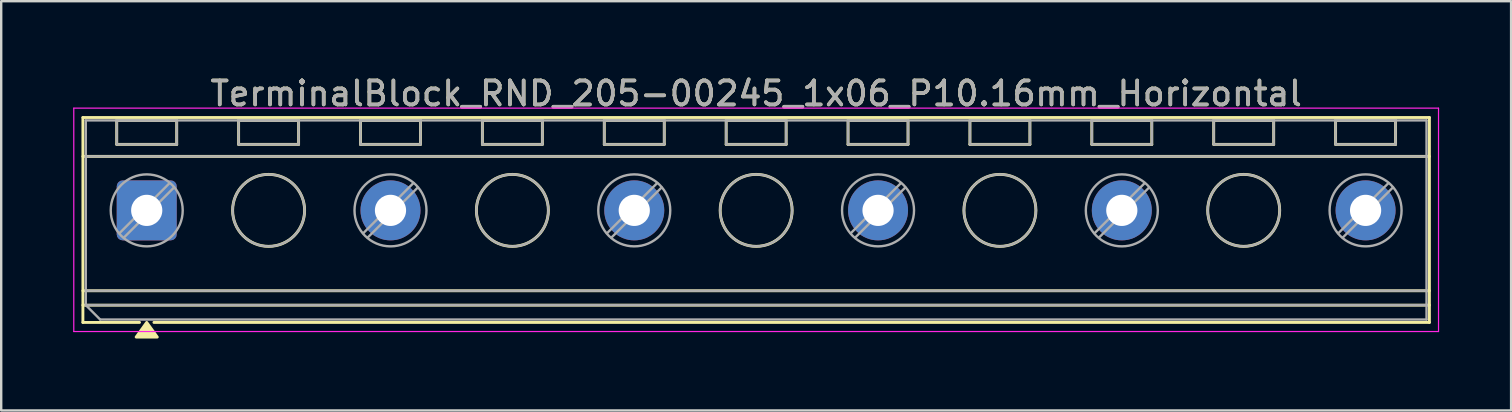
<source format=kicad_pcb>
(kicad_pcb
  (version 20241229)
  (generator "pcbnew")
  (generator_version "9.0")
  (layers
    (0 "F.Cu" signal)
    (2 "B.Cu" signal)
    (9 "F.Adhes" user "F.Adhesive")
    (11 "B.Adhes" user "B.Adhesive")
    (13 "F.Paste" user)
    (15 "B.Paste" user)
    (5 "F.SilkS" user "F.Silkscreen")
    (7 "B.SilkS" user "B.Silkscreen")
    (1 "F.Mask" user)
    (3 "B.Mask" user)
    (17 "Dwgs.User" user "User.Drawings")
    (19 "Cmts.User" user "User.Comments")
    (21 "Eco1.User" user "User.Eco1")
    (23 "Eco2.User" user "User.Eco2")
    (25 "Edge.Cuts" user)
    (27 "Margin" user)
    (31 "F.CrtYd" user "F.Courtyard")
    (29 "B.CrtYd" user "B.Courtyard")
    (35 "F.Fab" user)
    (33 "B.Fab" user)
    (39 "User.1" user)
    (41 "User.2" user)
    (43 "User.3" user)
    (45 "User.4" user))
  (footprint "TerminalBlock_RND_205-00245_1x06_P10.16mm_Horizontal"
    (layer "F.Cu")
    (at 3.065 5.718)
    (property "Reference" "TerminalBlock_RND_205-00245_1x06_P10.16mm_Horizontal" (at 25.4 -4.87 0) (layer "F.SilkS") (effects (font (size 1 1) (thickness 0.15))))
    (attr through_hole)
    (fp_line (start -2.66 -3.87) (end -2.66 4.67) (stroke (width 0.12) (type solid)) (layer "F.SilkS"))
    (fp_line (start -2.66 -3.87) (end 53.46 -3.87) (stroke (width 0.12) (type solid)) (layer "F.SilkS"))
    (fp_line (start -2.66 -2.25) (end 53.46 -2.25) (stroke (width 0.12) (type solid)) (layer "F.SilkS"))
    (fp_line (start -2.66 3.35) (end 53.46 3.35) (stroke (width 0.12) (type solid)) (layer "F.SilkS"))
    (fp_line (start -2.66 3.95) (end 53.46 3.95) (stroke (width 0.12) (type solid)) (layer "F.SilkS"))
    (fp_line (start -2.66 4.67) (end -0.3 4.67) (stroke (width 0.12) (type solid)) (layer "F.SilkS"))
    (fp_line (start -1.25 -3.75) (end -1.25 -2.75) (stroke (width 0.12) (type solid)) (layer "F.SilkS"))
    (fp_line (start -1.25 -3.75) (end 1.25 -3.75) (stroke (width 0.12) (type solid)) (layer "F.SilkS"))
    (fp_line (start -1.25 -2.75) (end 1.25 -2.75) (stroke (width 0.12) (type solid)) (layer "F.SilkS"))
    (fp_line (start 0.3 4.67) (end 53.46 4.67) (stroke (width 0.12) (type solid)) (layer "F.SilkS"))
    (fp_line (start 1.25 -3.75) (end 1.25 -2.75) (stroke (width 0.12) (type solid)) (layer "F.SilkS"))
    (fp_line (start 3.83 -3.75) (end 3.83 -2.75) (stroke (width 0.12) (type solid)) (layer "F.SilkS"))
    (fp_line (start 3.83 -3.75) (end 6.33 -3.75) (stroke (width 0.12) (type solid)) (layer "F.SilkS"))
    (fp_line (start 3.83 -2.75) (end 6.33 -2.75) (stroke (width 0.12) (type solid)) (layer "F.SilkS"))
    (fp_line (start 6.33 -3.75) (end 6.33 -2.75) (stroke (width 0.12) (type solid)) (layer "F.SilkS"))
    (fp_line (start 8.91 -3.75) (end 8.91 -2.75) (stroke (width 0.12) (type solid)) (layer "F.SilkS"))
    (fp_line (start 8.91 -3.75) (end 11.41 -3.75) (stroke (width 0.12) (type solid)) (layer "F.SilkS"))
    (fp_line (start 8.91 -2.75) (end 11.41 -2.75) (stroke (width 0.12) (type solid)) (layer "F.SilkS"))
    (fp_line (start 11.41 -3.75) (end 11.41 -2.75) (stroke (width 0.12) (type solid)) (layer "F.SilkS"))
    (fp_line (start 13.99 -3.75) (end 13.99 -2.75) (stroke (width 0.12) (type solid)) (layer "F.SilkS"))
    (fp_line (start 13.99 -3.75) (end 16.49 -3.75) (stroke (width 0.12) (type solid)) (layer "F.SilkS"))
    (fp_line (start 13.99 -2.75) (end 16.49 -2.75) (stroke (width 0.12) (type solid)) (layer "F.SilkS"))
    (fp_line (start 16.49 -3.75) (end 16.49 -2.75) (stroke (width 0.12) (type solid)) (layer "F.SilkS"))
    (fp_line (start 19.07 -3.75) (end 19.07 -2.75) (stroke (width 0.12) (type solid)) (layer "F.SilkS"))
    (fp_line (start 19.07 -3.75) (end 21.57 -3.75) (stroke (width 0.12) (type solid)) (layer "F.SilkS"))
    (fp_line (start 19.07 -2.75) (end 21.57 -2.75) (stroke (width 0.12) (type solid)) (layer "F.SilkS"))
    (fp_line (start 21.57 -3.75) (end 21.57 -2.75) (stroke (width 0.12) (type solid)) (layer "F.SilkS"))
    (fp_line (start 24.15 -3.75) (end 24.15 -2.75) (stroke (width 0.12) (type solid)) (layer "F.SilkS"))
    (fp_line (start 24.15 -3.75) (end 26.65 -3.75) (stroke (width 0.12) (type solid)) (layer "F.SilkS"))
    (fp_line (start 24.15 -2.75) (end 26.65 -2.75) (stroke (width 0.12) (type solid)) (layer "F.SilkS"))
    (fp_line (start 26.65 -3.75) (end 26.65 -2.75) (stroke (width 0.12) (type solid)) (layer "F.SilkS"))
    (fp_line (start 29.23 -3.75) (end 29.23 -2.75) (stroke (width 0.12) (type solid)) (layer "F.SilkS"))
    (fp_line (start 29.23 -3.75) (end 31.73 -3.75) (stroke (width 0.12) (type solid)) (layer "F.SilkS"))
    (fp_line (start 29.23 -2.75) (end 31.73 -2.75) (stroke (width 0.12) (type solid)) (layer "F.SilkS"))
    (fp_line (start 31.73 -3.75) (end 31.73 -2.75) (stroke (width 0.12) (type solid)) (layer "F.SilkS"))
    (fp_line (start 34.31 -3.75) (end 34.31 -2.75) (stroke (width 0.12) (type solid)) (layer "F.SilkS"))
    (fp_line (start 34.31 -3.75) (end 36.81 -3.75) (stroke (width 0.12) (type solid)) (layer "F.SilkS"))
    (fp_line (start 34.31 -2.75) (end 36.81 -2.75) (stroke (width 0.12) (type solid)) (layer "F.SilkS"))
    (fp_line (start 36.81 -3.75) (end 36.81 -2.75) (stroke (width 0.12) (type solid)) (layer "F.SilkS"))
    (fp_line (start 39.39 -3.75) (end 39.39 -2.75) (stroke (width 0.12) (type solid)) (layer "F.SilkS"))
    (fp_line (start 39.39 -3.75) (end 41.89 -3.75) (stroke (width 0.12) (type solid)) (layer "F.SilkS"))
    (fp_line (start 39.39 -2.75) (end 41.89 -2.75) (stroke (width 0.12) (type solid)) (layer "F.SilkS"))
    (fp_line (start 41.89 -3.75) (end 41.89 -2.75) (stroke (width 0.12) (type solid)) (layer "F.SilkS"))
    (fp_line (start 44.47 -3.75) (end 44.47 -2.75) (stroke (width 0.12) (type solid)) (layer "F.SilkS"))
    (fp_line (start 44.47 -3.75) (end 46.97 -3.75) (stroke (width 0.12) (type solid)) (layer "F.SilkS"))
    (fp_line (start 44.47 -2.75) (end 46.97 -2.75) (stroke (width 0.12) (type solid)) (layer "F.SilkS"))
    (fp_line (start 46.97 -3.75) (end 46.97 -2.75) (stroke (width 0.12) (type solid)) (layer "F.SilkS"))
    (fp_line (start 49.55 -3.75) (end 49.55 -2.75) (stroke (width 0.12) (type solid)) (layer "F.SilkS"))
    (fp_line (start 49.55 -3.75) (end 52.05 -3.75) (stroke (width 0.12) (type solid)) (layer "F.SilkS"))
    (fp_line (start 49.55 -2.75) (end 52.05 -2.75) (stroke (width 0.12) (type solid)) (layer "F.SilkS"))
    (fp_line (start 52.05 -3.75) (end 52.05 -2.75) (stroke (width 0.12) (type solid)) (layer "F.SilkS"))
    (fp_line (start 53.46 -3.87) (end 53.46 4.67) (stroke (width 0.12) (type solid)) (layer "F.SilkS"))
    (fp_circle (center 5.08 0) (end 6.58 0) (stroke (width 0.12) (type solid)) (fill no) (layer "F.SilkS"))
    (fp_circle (center 15.24 0) (end 16.74 0) (stroke (width 0.12) (type solid)) (fill no) (layer "F.SilkS"))
    (fp_circle (center 25.4 0) (end 26.9 0) (stroke (width 0.12) (type solid)) (fill no) (layer "F.SilkS"))
    (fp_circle (center 35.56 0) (end 37.06 0) (stroke (width 0.12) (type solid)) (fill no) (layer "F.SilkS"))
    (fp_circle (center 45.72 0) (end 47.22 0) (stroke (width 0.12) (type solid)) (fill no) (layer "F.SilkS"))
    (fp_poly (pts (xy 0 4.67) (xy 0.44 5.28) (xy -0.44 5.28)) (stroke (width 0.12) (type solid)) (fill yes) (layer "F.SilkS"))
    (fp_line (start -3.04 -4.26) (end -3.04 5.05) (stroke (width 0.05) (type solid)) (layer "F.CrtYd"))
    (fp_line (start -3.04 5.05) (end 53.84 5.05) (stroke (width 0.05) (type solid)) (layer "F.CrtYd"))
    (fp_line (start 53.84 -4.26) (end -3.04 -4.26) (stroke (width 0.05) (type solid)) (layer "F.CrtYd"))
    (fp_line (start 53.84 5.05) (end 53.84 -4.26) (stroke (width 0.05) (type solid)) (layer "F.CrtYd"))
    (fp_line (start -2.54 -3.75) (end 53.34 -3.75) (stroke (width 0.1) (type solid)) (layer "F.Fab"))
    (fp_line (start -2.54 -2.25) (end 53.34 -2.25) (stroke (width 0.1) (type solid)) (layer "F.Fab"))
    (fp_line (start -2.54 3.35) (end 53.34 3.35) (stroke (width 0.1) (type solid)) (layer "F.Fab"))
    (fp_line (start -2.54 3.95) (end -2.54 -3.75) (stroke (width 0.1) (type solid)) (layer "F.Fab"))
    (fp_line (start -2.54 3.95) (end 53.34 3.95) (stroke (width 0.1) (type solid)) (layer "F.Fab"))
    (fp_line (start -1.94 4.55) (end -2.54 3.95) (stroke (width 0.1) (type solid)) (layer "F.Fab"))
    (fp_line (start -1.25 -3.75) (end -1.25 -2.75) (stroke (width 0.1) (type solid)) (layer "F.Fab"))
    (fp_line (start -1.25 -2.75) (end 1.25 -2.75) (stroke (width 0.1) (type solid)) (layer "F.Fab"))
    (fp_line (start 0.955 -1.138) (end -1.138 0.954) (stroke (width 0.1) (type solid)) (layer "F.Fab"))
    (fp_line (start 1.138 -0.954) (end -0.955 1.137) (stroke (width 0.1) (type solid)) (layer "F.Fab"))
    (fp_line (start 1.25 -3.75) (end -1.25 -3.75) (stroke (width 0.1) (type solid)) (layer "F.Fab"))
    (fp_line (start 1.25 -2.75) (end 1.25 -3.75) (stroke (width 0.1) (type solid)) (layer "F.Fab"))
    (fp_line (start 3.83 -3.75) (end 3.83 -2.75) (stroke (width 0.1) (type solid)) (layer "F.Fab"))
    (fp_line (start 3.83 -2.75) (end 6.33 -2.75) (stroke (width 0.1) (type solid)) (layer "F.Fab"))
    (fp_line (start 6.33 -3.75) (end 3.83 -3.75) (stroke (width 0.1) (type solid)) (layer "F.Fab"))
    (fp_line (start 6.33 -2.75) (end 6.33 -3.75) (stroke (width 0.1) (type solid)) (layer "F.Fab"))
    (fp_line (start 8.91 -3.75) (end 8.91 -2.75) (stroke (width 0.1) (type solid)) (layer "F.Fab"))
    (fp_line (start 8.91 -2.75) (end 11.41 -2.75) (stroke (width 0.1) (type solid)) (layer "F.Fab"))
    (fp_line (start 11.115 -1.138) (end 9.022 0.954) (stroke (width 0.1) (type solid)) (layer "F.Fab"))
    (fp_line (start 11.298 -0.954) (end 9.205 1.137) (stroke (width 0.1) (type solid)) (layer "F.Fab"))
    (fp_line (start 11.41 -3.75) (end 8.91 -3.75) (stroke (width 0.1) (type solid)) (layer "F.Fab"))
    (fp_line (start 11.41 -2.75) (end 11.41 -3.75) (stroke (width 0.1) (type solid)) (layer "F.Fab"))
    (fp_line (start 13.99 -3.75) (end 13.99 -2.75) (stroke (width 0.1) (type solid)) (layer "F.Fab"))
    (fp_line (start 13.99 -2.75) (end 16.49 -2.75) (stroke (width 0.1) (type solid)) (layer "F.Fab"))
    (fp_line (start 16.49 -3.75) (end 13.99 -3.75) (stroke (width 0.1) (type solid)) (layer "F.Fab"))
    (fp_line (start 16.49 -2.75) (end 16.49 -3.75) (stroke (width 0.1) (type solid)) (layer "F.Fab"))
    (fp_line (start 19.07 -3.75) (end 19.07 -2.75) (stroke (width 0.1) (type solid)) (layer "F.Fab"))
    (fp_line (start 19.07 -2.75) (end 21.57 -2.75) (stroke (width 0.1) (type solid)) (layer "F.Fab"))
    (fp_line (start 21.275 -1.138) (end 19.182 0.954) (stroke (width 0.1) (type solid)) (layer "F.Fab"))
    (fp_line (start 21.458 -0.954) (end 19.365 1.137) (stroke (width 0.1) (type solid)) (layer "F.Fab"))
    (fp_line (start 21.57 -3.75) (end 19.07 -3.75) (stroke (width 0.1) (type solid)) (layer "F.Fab"))
    (fp_line (start 21.57 -2.75) (end 21.57 -3.75) (stroke (width 0.1) (type solid)) (layer "F.Fab"))
    (fp_line (start 24.15 -3.75) (end 24.15 -2.75) (stroke (width 0.1) (type solid)) (layer "F.Fab"))
    (fp_line (start 24.15 -2.75) (end 26.65 -2.75) (stroke (width 0.1) (type solid)) (layer "F.Fab"))
    (fp_line (start 26.65 -3.75) (end 24.15 -3.75) (stroke (width 0.1) (type solid)) (layer "F.Fab"))
    (fp_line (start 26.65 -2.75) (end 26.65 -3.75) (stroke (width 0.1) (type solid)) (layer "F.Fab"))
    (fp_line (start 29.23 -3.75) (end 29.23 -2.75) (stroke (width 0.1) (type solid)) (layer "F.Fab"))
    (fp_line (start 29.23 -2.75) (end 31.73 -2.75) (stroke (width 0.1) (type solid)) (layer "F.Fab"))
    (fp_line (start 31.435 -1.138) (end 29.342 0.954) (stroke (width 0.1) (type solid)) (layer "F.Fab"))
    (fp_line (start 31.618 -0.954) (end 29.525 1.137) (stroke (width 0.1) (type solid)) (layer "F.Fab"))
    (fp_line (start 31.73 -3.75) (end 29.23 -3.75) (stroke (width 0.1) (type solid)) (layer "F.Fab"))
    (fp_line (start 31.73 -2.75) (end 31.73 -3.75) (stroke (width 0.1) (type solid)) (layer "F.Fab"))
    (fp_line (start 34.31 -3.75) (end 34.31 -2.75) (stroke (width 0.1) (type solid)) (layer "F.Fab"))
    (fp_line (start 34.31 -2.75) (end 36.81 -2.75) (stroke (width 0.1) (type solid)) (layer "F.Fab"))
    (fp_line (start 36.81 -3.75) (end 34.31 -3.75) (stroke (width 0.1) (type solid)) (layer "F.Fab"))
    (fp_line (start 36.81 -2.75) (end 36.81 -3.75) (stroke (width 0.1) (type solid)) (layer "F.Fab"))
    (fp_line (start 39.39 -3.75) (end 39.39 -2.75) (stroke (width 0.1) (type solid)) (layer "F.Fab"))
    (fp_line (start 39.39 -2.75) (end 41.89 -2.75) (stroke (width 0.1) (type solid)) (layer "F.Fab"))
    (fp_line (start 41.595 -1.138) (end 39.502 0.954) (stroke (width 0.1) (type solid)) (layer "F.Fab"))
    (fp_line (start 41.778 -0.954) (end 39.685 1.137) (stroke (width 0.1) (type solid)) (layer "F.Fab"))
    (fp_line (start 41.89 -3.75) (end 39.39 -3.75) (stroke (width 0.1) (type solid)) (layer "F.Fab"))
    (fp_line (start 41.89 -2.75) (end 41.89 -3.75) (stroke (width 0.1) (type solid)) (layer "F.Fab"))
    (fp_line (start 44.47 -3.75) (end 44.47 -2.75) (stroke (width 0.1) (type solid)) (layer "F.Fab"))
    (fp_line (start 44.47 -2.75) (end 46.97 -2.75) (stroke (width 0.1) (type solid)) (layer "F.Fab"))
    (fp_line (start 46.97 -3.75) (end 44.47 -3.75) (stroke (width 0.1) (type solid)) (layer "F.Fab"))
    (fp_line (start 46.97 -2.75) (end 46.97 -3.75) (stroke (width 0.1) (type solid)) (layer "F.Fab"))
    (fp_line (start 49.55 -3.75) (end 49.55 -2.75) (stroke (width 0.1) (type solid)) (layer "F.Fab"))
    (fp_line (start 49.55 -2.75) (end 52.05 -2.75) (stroke (width 0.1) (type solid)) (layer "F.Fab"))
    (fp_line (start 51.755 -1.138) (end 49.662 0.954) (stroke (width 0.1) (type solid)) (layer "F.Fab"))
    (fp_line (start 51.938 -0.954) (end 49.845 1.137) (stroke (width 0.1) (type solid)) (layer "F.Fab"))
    (fp_line (start 52.05 -3.75) (end 49.55 -3.75) (stroke (width 0.1) (type solid)) (layer "F.Fab"))
    (fp_line (start 52.05 -2.75) (end 52.05 -3.75) (stroke (width 0.1) (type solid)) (layer "F.Fab"))
    (fp_line (start 53.34 -3.75) (end 53.34 4.55) (stroke (width 0.1) (type solid)) (layer "F.Fab"))
    (fp_line (start 53.34 4.55) (end -1.94 4.55) (stroke (width 0.1) (type solid)) (layer "F.Fab"))
    (fp_circle (center 0 0) (end 1.5 0) (stroke (width 0.1) (type solid)) (fill no) (layer "F.Fab"))
    (fp_circle (center 5.08 0) (end 6.58 0) (stroke (width 0.1) (type solid)) (fill no) (layer "F.Fab"))
    (fp_circle (center 10.16 0) (end 11.66 0) (stroke (width 0.1) (type solid)) (fill no) (layer "F.Fab"))
    (fp_circle (center 15.24 0) (end 16.74 0) (stroke (width 0.1) (type solid)) (fill no) (layer "F.Fab"))
    (fp_circle (center 20.32 0) (end 21.82 0) (stroke (width 0.1) (type solid)) (fill no) (layer "F.Fab"))
    (fp_circle (center 25.4 0) (end 26.9 0) (stroke (width 0.1) (type solid)) (fill no) (layer "F.Fab"))
    (fp_circle (center 30.48 0) (end 31.98 0) (stroke (width 0.1) (type solid)) (fill no) (layer "F.Fab"))
    (fp_circle (center 35.56 0) (end 37.06 0) (stroke (width 0.1) (type solid)) (fill no) (layer "F.Fab"))
    (fp_circle (center 40.64 0) (end 42.14 0) (stroke (width 0.1) (type solid)) (fill no) (layer "F.Fab"))
    (fp_circle (center 45.72 0) (end 47.22 0) (stroke (width 0.1) (type solid)) (fill no) (layer "F.Fab"))
    (fp_circle (center 50.8 0) (end 52.3 0) (stroke (width 0.1) (type solid)) (fill no) (layer "F.Fab"))
    (fp_text user "${REFERENCE}" (at 25.4 -4.87 0) (layer "F.Fab") (effects (font (size 1 1) (thickness 0.15))))
    (pad "1" thru_hole roundrect (at 0 0) (size 2.5 2.5) (drill 1.3) (layers "*.Cu" "*.Mask") (roundrect_rratio 0.1))
    (pad "2" thru_hole circle (at 10.16 0) (size 2.5 2.5) (drill 1.3) (layers "*.Cu" "*.Mask"))
    (pad "3" thru_hole circle (at 20.32 0) (size 2.5 2.5) (drill 1.3) (layers "*.Cu" "*.Mask"))
    (pad "4" thru_hole circle (at 30.48 0) (size 2.5 2.5) (drill 1.3) (layers "*.Cu" "*.Mask"))
    (pad "5" thru_hole circle (at 40.64 0) (size 2.5 2.5) (drill 1.3) (layers "*.Cu" "*.Mask"))
    (pad "6" thru_hole circle (at 50.8 0) (size 2.5 2.5) (drill 1.3) (layers "*.Cu" "*.Mask")))
  (gr_rect
    (start -3 -3)
    (end 59.93 14.058)
    (stroke (width 0.1) (type default))
    (fill no)
    (layer "Edge.Cuts")))
</source>
